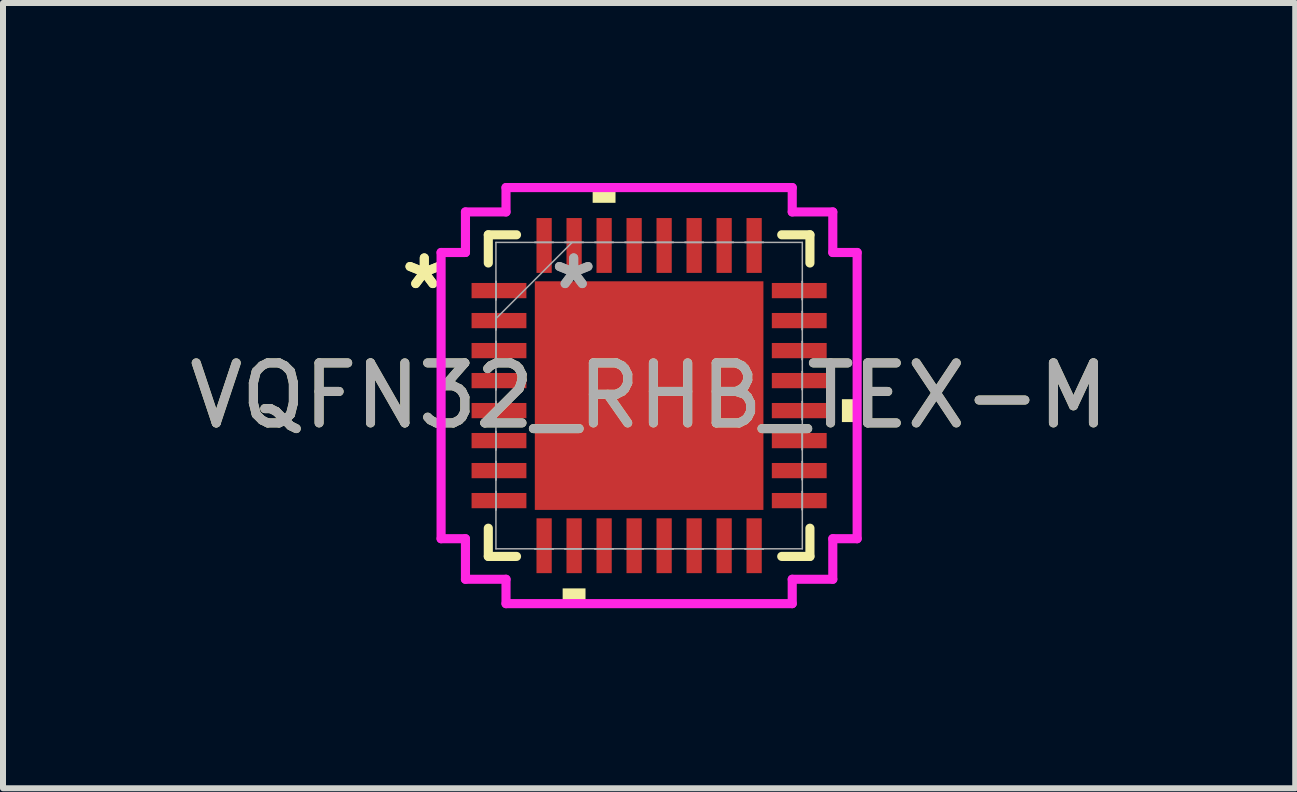
<source format=kicad_pcb>
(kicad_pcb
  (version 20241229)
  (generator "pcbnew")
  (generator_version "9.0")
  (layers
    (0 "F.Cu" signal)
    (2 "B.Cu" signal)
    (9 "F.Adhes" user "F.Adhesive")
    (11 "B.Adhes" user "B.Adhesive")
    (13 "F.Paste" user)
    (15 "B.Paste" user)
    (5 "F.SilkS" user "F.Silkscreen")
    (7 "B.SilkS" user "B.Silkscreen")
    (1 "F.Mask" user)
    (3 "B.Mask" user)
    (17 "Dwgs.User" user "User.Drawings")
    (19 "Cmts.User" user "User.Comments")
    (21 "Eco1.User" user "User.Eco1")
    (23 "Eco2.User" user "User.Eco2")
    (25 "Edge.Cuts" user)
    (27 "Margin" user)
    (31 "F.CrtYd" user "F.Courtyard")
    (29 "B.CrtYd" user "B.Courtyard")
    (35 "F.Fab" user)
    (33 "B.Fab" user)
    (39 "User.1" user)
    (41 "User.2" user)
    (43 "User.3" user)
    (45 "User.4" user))
  (footprint "VQFN32_RHB_TEX-M"
    (layer "F.Cu")
    (at 7.768 3.543)
    (property "Reference" "VQFN32_RHB_TEX-M" (at 0 0 0) (unlocked yes) (layer "F.SilkS") (effects (font (size 1 1) (thickness 0.15))))
    (attr smd)
    (fp_line (start -2.68 -2.68) (end -2.68 -2.21) (stroke (width 0.152) (type solid)) (layer "F.SilkS"))
    (fp_line (start -2.68 2.21) (end -2.68 2.68) (stroke (width 0.152) (type solid)) (layer "F.SilkS"))
    (fp_line (start -2.68 2.68) (end -2.21 2.68) (stroke (width 0.152) (type solid)) (layer "F.SilkS"))
    (fp_line (start -2.21 -2.68) (end -2.68 -2.68) (stroke (width 0.152) (type solid)) (layer "F.SilkS"))
    (fp_line (start 2.21 2.68) (end 2.68 2.68) (stroke (width 0.152) (type solid)) (layer "F.SilkS"))
    (fp_line (start 2.68 -2.68) (end 2.21 -2.68) (stroke (width 0.152) (type solid)) (layer "F.SilkS"))
    (fp_line (start 2.68 -2.21) (end 2.68 -2.68) (stroke (width 0.152) (type solid)) (layer "F.SilkS"))
    (fp_line (start 2.68 2.68) (end 2.68 2.21) (stroke (width 0.152) (type solid)) (layer "F.SilkS"))
    (fp_poly (pts (xy -1.441 3.213) (xy -1.441 3.467) (xy -1.06 3.467) (xy -1.06 3.213)) (stroke (width 0) (type solid)) (fill yes) (layer "F.SilkS"))
    (fp_poly (pts (xy -0.941 -3.213) (xy -0.941 -3.467) (xy -0.56 -3.467) (xy -0.56 -3.213)) (stroke (width 0) (type solid)) (fill yes) (layer "F.SilkS"))
    (fp_poly (pts (xy 3.467 0.06) (xy 3.467 0.441) (xy 3.213 0.441) (xy 3.213 0.06)) (stroke (width 0) (type solid)) (fill yes) (layer "F.SilkS"))
    (fp_line (start -3.467 -2.385) (end -3.061 -2.385) (stroke (width 0.152) (type solid)) (layer "F.CrtYd"))
    (fp_line (start -3.467 2.385) (end -3.467 -2.385) (stroke (width 0.152) (type solid)) (layer "F.CrtYd"))
    (fp_line (start -3.061 -3.061) (end -2.385 -3.061) (stroke (width 0.152) (type solid)) (layer "F.CrtYd"))
    (fp_line (start -3.061 -2.385) (end -3.061 -3.061) (stroke (width 0.152) (type solid)) (layer "F.CrtYd"))
    (fp_line (start -3.061 2.385) (end -3.467 2.385) (stroke (width 0.152) (type solid)) (layer "F.CrtYd"))
    (fp_line (start -3.061 3.061) (end -3.061 2.385) (stroke (width 0.152) (type solid)) (layer "F.CrtYd"))
    (fp_line (start -2.385 -3.467) (end 2.385 -3.467) (stroke (width 0.152) (type solid)) (layer "F.CrtYd"))
    (fp_line (start -2.385 -3.061) (end -2.385 -3.467) (stroke (width 0.152) (type solid)) (layer "F.CrtYd"))
    (fp_line (start -2.385 3.061) (end -3.061 3.061) (stroke (width 0.152) (type solid)) (layer "F.CrtYd"))
    (fp_line (start -2.385 3.467) (end -2.385 3.061) (stroke (width 0.152) (type solid)) (layer "F.CrtYd"))
    (fp_line (start 2.385 -3.467) (end 2.385 -3.061) (stroke (width 0.152) (type solid)) (layer "F.CrtYd"))
    (fp_line (start 2.385 -3.061) (end 3.061 -3.061) (stroke (width 0.152) (type solid)) (layer "F.CrtYd"))
    (fp_line (start 2.385 3.061) (end 2.385 3.467) (stroke (width 0.152) (type solid)) (layer "F.CrtYd"))
    (fp_line (start 2.385 3.467) (end -2.385 3.467) (stroke (width 0.152) (type solid)) (layer "F.CrtYd"))
    (fp_line (start 3.061 -3.061) (end 3.061 -2.385) (stroke (width 0.152) (type solid)) (layer "F.CrtYd"))
    (fp_line (start 3.061 -2.385) (end 3.467 -2.385) (stroke (width 0.152) (type solid)) (layer "F.CrtYd"))
    (fp_line (start 3.061 2.385) (end 3.061 3.061) (stroke (width 0.152) (type solid)) (layer "F.CrtYd"))
    (fp_line (start 3.061 3.061) (end 2.385 3.061) (stroke (width 0.152) (type solid)) (layer "F.CrtYd"))
    (fp_line (start 3.467 -2.385) (end 3.467 2.385) (stroke (width 0.152) (type solid)) (layer "F.CrtYd"))
    (fp_line (start 3.467 2.385) (end 3.061 2.385) (stroke (width 0.152) (type solid)) (layer "F.CrtYd"))
    (fp_line (start -2.553 -2.553) (end -2.553 2.553) (stroke (width 0.025) (type solid)) (layer "F.Fab"))
    (fp_line (start -2.553 -1.903) (end -2.553 -1.903) (stroke (width 0.025) (type solid)) (layer "F.Fab"))
    (fp_line (start -2.553 -1.903) (end -2.553 -1.598) (stroke (width 0.025) (type solid)) (layer "F.Fab"))
    (fp_line (start -2.553 -1.598) (end -2.553 -1.903) (stroke (width 0.025) (type solid)) (layer "F.Fab"))
    (fp_line (start -2.553 -1.598) (end -2.553 -1.598) (stroke (width 0.025) (type solid)) (layer "F.Fab"))
    (fp_line (start -2.553 -1.403) (end -2.553 -1.403) (stroke (width 0.025) (type solid)) (layer "F.Fab"))
    (fp_line (start -2.553 -1.403) (end -2.553 -1.098) (stroke (width 0.025) (type solid)) (layer "F.Fab"))
    (fp_line (start -2.553 -1.283) (end -1.283 -2.553) (stroke (width 0.025) (type solid)) (layer "F.Fab"))
    (fp_line (start -2.553 -1.098) (end -2.553 -1.403) (stroke (width 0.025) (type solid)) (layer "F.Fab"))
    (fp_line (start -2.553 -1.098) (end -2.553 -1.098) (stroke (width 0.025) (type solid)) (layer "F.Fab"))
    (fp_line (start -2.553 -0.903) (end -2.553 -0.903) (stroke (width 0.025) (type solid)) (layer "F.Fab"))
    (fp_line (start -2.553 -0.903) (end -2.553 -0.598) (stroke (width 0.025) (type solid)) (layer "F.Fab"))
    (fp_line (start -2.553 -0.598) (end -2.553 -0.903) (stroke (width 0.025) (type solid)) (layer "F.Fab"))
    (fp_line (start -2.553 -0.598) (end -2.553 -0.598) (stroke (width 0.025) (type solid)) (layer "F.Fab"))
    (fp_line (start -2.553 -0.402) (end -2.553 -0.402) (stroke (width 0.025) (type solid)) (layer "F.Fab"))
    (fp_line (start -2.553 -0.402) (end -2.553 -0.098) (stroke (width 0.025) (type solid)) (layer "F.Fab"))
    (fp_line (start -2.553 -0.098) (end -2.553 -0.402) (stroke (width 0.025) (type solid)) (layer "F.Fab"))
    (fp_line (start -2.553 -0.098) (end -2.553 -0.098) (stroke (width 0.025) (type solid)) (layer "F.Fab"))
    (fp_line (start -2.553 0.098) (end -2.553 0.098) (stroke (width 0.025) (type solid)) (layer "F.Fab"))
    (fp_line (start -2.553 0.098) (end -2.553 0.402) (stroke (width 0.025) (type solid)) (layer "F.Fab"))
    (fp_line (start -2.553 0.402) (end -2.553 0.098) (stroke (width 0.025) (type solid)) (layer "F.Fab"))
    (fp_line (start -2.553 0.402) (end -2.553 0.402) (stroke (width 0.025) (type solid)) (layer "F.Fab"))
    (fp_line (start -2.553 0.598) (end -2.553 0.598) (stroke (width 0.025) (type solid)) (layer "F.Fab"))
    (fp_line (start -2.553 0.598) (end -2.553 0.903) (stroke (width 0.025) (type solid)) (layer "F.Fab"))
    (fp_line (start -2.553 0.903) (end -2.553 0.598) (stroke (width 0.025) (type solid)) (layer "F.Fab"))
    (fp_line (start -2.553 0.903) (end -2.553 0.903) (stroke (width 0.025) (type solid)) (layer "F.Fab"))
    (fp_line (start -2.553 1.098) (end -2.553 1.098) (stroke (width 0.025) (type solid)) (layer "F.Fab"))
    (fp_line (start -2.553 1.098) (end -2.553 1.403) (stroke (width 0.025) (type solid)) (layer "F.Fab"))
    (fp_line (start -2.553 1.403) (end -2.553 1.098) (stroke (width 0.025) (type solid)) (layer "F.Fab"))
    (fp_line (start -2.553 1.403) (end -2.553 1.403) (stroke (width 0.025) (type solid)) (layer "F.Fab"))
    (fp_line (start -2.553 1.598) (end -2.553 1.598) (stroke (width 0.025) (type solid)) (layer "F.Fab"))
    (fp_line (start -2.553 1.598) (end -2.553 1.903) (stroke (width 0.025) (type solid)) (layer "F.Fab"))
    (fp_line (start -2.553 1.903) (end -2.553 1.598) (stroke (width 0.025) (type solid)) (layer "F.Fab"))
    (fp_line (start -2.553 1.903) (end -2.553 1.903) (stroke (width 0.025) (type solid)) (layer "F.Fab"))
    (fp_line (start -2.553 2.553) (end 2.553 2.553) (stroke (width 0.025) (type solid)) (layer "F.Fab"))
    (fp_line (start -1.903 -2.553) (end -1.903 -2.553) (stroke (width 0.025) (type solid)) (layer "F.Fab"))
    (fp_line (start -1.903 -2.553) (end -1.598 -2.553) (stroke (width 0.025) (type solid)) (layer "F.Fab"))
    (fp_line (start -1.903 2.553) (end -1.903 2.553) (stroke (width 0.025) (type solid)) (layer "F.Fab"))
    (fp_line (start -1.903 2.553) (end -1.598 2.553) (stroke (width 0.025) (type solid)) (layer "F.Fab"))
    (fp_line (start -1.598 -2.553) (end -1.903 -2.553) (stroke (width 0.025) (type solid)) (layer "F.Fab"))
    (fp_line (start -1.598 -2.553) (end -1.598 -2.553) (stroke (width 0.025) (type solid)) (layer "F.Fab"))
    (fp_line (start -1.598 2.553) (end -1.903 2.553) (stroke (width 0.025) (type solid)) (layer "F.Fab"))
    (fp_line (start -1.598 2.553) (end -1.598 2.553) (stroke (width 0.025) (type solid)) (layer "F.Fab"))
    (fp_line (start -1.403 -2.553) (end -1.403 -2.553) (stroke (width 0.025) (type solid)) (layer "F.Fab"))
    (fp_line (start -1.403 -2.553) (end -1.098 -2.553) (stroke (width 0.025) (type solid)) (layer "F.Fab"))
    (fp_line (start -1.403 2.553) (end -1.403 2.553) (stroke (width 0.025) (type solid)) (layer "F.Fab"))
    (fp_line (start -1.403 2.553) (end -1.098 2.553) (stroke (width 0.025) (type solid)) (layer "F.Fab"))
    (fp_line (start -1.098 -2.553) (end -1.403 -2.553) (stroke (width 0.025) (type solid)) (layer "F.Fab"))
    (fp_line (start -1.098 -2.553) (end -1.098 -2.553) (stroke (width 0.025) (type solid)) (layer "F.Fab"))
    (fp_line (start -1.098 2.553) (end -1.403 2.553) (stroke (width 0.025) (type solid)) (layer "F.Fab"))
    (fp_line (start -1.098 2.553) (end -1.098 2.553) (stroke (width 0.025) (type solid)) (layer "F.Fab"))
    (fp_line (start -0.903 -2.553) (end -0.903 -2.553) (stroke (width 0.025) (type solid)) (layer "F.Fab"))
    (fp_line (start -0.903 -2.553) (end -0.598 -2.553) (stroke (width 0.025) (type solid)) (layer "F.Fab"))
    (fp_line (start -0.903 2.553) (end -0.903 2.553) (stroke (width 0.025) (type solid)) (layer "F.Fab"))
    (fp_line (start -0.903 2.553) (end -0.598 2.553) (stroke (width 0.025) (type solid)) (layer "F.Fab"))
    (fp_line (start -0.598 -2.553) (end -0.903 -2.553) (stroke (width 0.025) (type solid)) (layer "F.Fab"))
    (fp_line (start -0.598 -2.553) (end -0.598 -2.553) (stroke (width 0.025) (type solid)) (layer "F.Fab"))
    (fp_line (start -0.598 2.553) (end -0.903 2.553) (stroke (width 0.025) (type solid)) (layer "F.Fab"))
    (fp_line (start -0.598 2.553) (end -0.598 2.553) (stroke (width 0.025) (type solid)) (layer "F.Fab"))
    (fp_line (start -0.402 -2.553) (end -0.402 -2.553) (stroke (width 0.025) (type solid)) (layer "F.Fab"))
    (fp_line (start -0.402 -2.553) (end -0.098 -2.553) (stroke (width 0.025) (type solid)) (layer "F.Fab"))
    (fp_line (start -0.402 2.553) (end -0.402 2.553) (stroke (width 0.025) (type solid)) (layer "F.Fab"))
    (fp_line (start -0.402 2.553) (end -0.098 2.553) (stroke (width 0.025) (type solid)) (layer "F.Fab"))
    (fp_line (start -0.098 -2.553) (end -0.402 -2.553) (stroke (width 0.025) (type solid)) (layer "F.Fab"))
    (fp_line (start -0.098 -2.553) (end -0.098 -2.553) (stroke (width 0.025) (type solid)) (layer "F.Fab"))
    (fp_line (start -0.098 2.553) (end -0.402 2.553) (stroke (width 0.025) (type solid)) (layer "F.Fab"))
    (fp_line (start -0.098 2.553) (end -0.098 2.553) (stroke (width 0.025) (type solid)) (layer "F.Fab"))
    (fp_line (start 0.098 -2.553) (end 0.098 -2.553) (stroke (width 0.025) (type solid)) (layer "F.Fab"))
    (fp_line (start 0.098 -2.553) (end 0.402 -2.553) (stroke (width 0.025) (type solid)) (layer "F.Fab"))
    (fp_line (start 0.098 2.553) (end 0.098 2.553) (stroke (width 0.025) (type solid)) (layer "F.Fab"))
    (fp_line (start 0.098 2.553) (end 0.402 2.553) (stroke (width 0.025) (type solid)) (layer "F.Fab"))
    (fp_line (start 0.402 -2.553) (end 0.098 -2.553) (stroke (width 0.025) (type solid)) (layer "F.Fab"))
    (fp_line (start 0.402 -2.553) (end 0.402 -2.553) (stroke (width 0.025) (type solid)) (layer "F.Fab"))
    (fp_line (start 0.402 2.553) (end 0.098 2.553) (stroke (width 0.025) (type solid)) (layer "F.Fab"))
    (fp_line (start 0.402 2.553) (end 0.402 2.553) (stroke (width 0.025) (type solid)) (layer "F.Fab"))
    (fp_line (start 0.598 -2.553) (end 0.598 -2.553) (stroke (width 0.025) (type solid)) (layer "F.Fab"))
    (fp_line (start 0.598 -2.553) (end 0.903 -2.553) (stroke (width 0.025) (type solid)) (layer "F.Fab"))
    (fp_line (start 0.598 2.553) (end 0.598 2.553) (stroke (width 0.025) (type solid)) (layer "F.Fab"))
    (fp_line (start 0.598 2.553) (end 0.903 2.553) (stroke (width 0.025) (type solid)) (layer "F.Fab"))
    (fp_line (start 0.903 -2.553) (end 0.598 -2.553) (stroke (width 0.025) (type solid)) (layer "F.Fab"))
    (fp_line (start 0.903 -2.553) (end 0.903 -2.553) (stroke (width 0.025) (type solid)) (layer "F.Fab"))
    (fp_line (start 0.903 2.553) (end 0.598 2.553) (stroke (width 0.025) (type solid)) (layer "F.Fab"))
    (fp_line (start 0.903 2.553) (end 0.903 2.553) (stroke (width 0.025) (type solid)) (layer "F.Fab"))
    (fp_line (start 1.098 -2.553) (end 1.098 -2.553) (stroke (width 0.025) (type solid)) (layer "F.Fab"))
    (fp_line (start 1.098 -2.553) (end 1.403 -2.553) (stroke (width 0.025) (type solid)) (layer "F.Fab"))
    (fp_line (start 1.098 2.553) (end 1.098 2.553) (stroke (width 0.025) (type solid)) (layer "F.Fab"))
    (fp_line (start 1.098 2.553) (end 1.403 2.553) (stroke (width 0.025) (type solid)) (layer "F.Fab"))
    (fp_line (start 1.403 -2.553) (end 1.098 -2.553) (stroke (width 0.025) (type solid)) (layer "F.Fab"))
    (fp_line (start 1.403 -2.553) (end 1.403 -2.553) (stroke (width 0.025) (type solid)) (layer "F.Fab"))
    (fp_line (start 1.403 2.553) (end 1.098 2.553) (stroke (width 0.025) (type solid)) (layer "F.Fab"))
    (fp_line (start 1.403 2.553) (end 1.403 2.553) (stroke (width 0.025) (type solid)) (layer "F.Fab"))
    (fp_line (start 1.598 -2.553) (end 1.598 -2.553) (stroke (width 0.025) (type solid)) (layer "F.Fab"))
    (fp_line (start 1.598 -2.553) (end 1.903 -2.553) (stroke (width 0.025) (type solid)) (layer "F.Fab"))
    (fp_line (start 1.598 2.553) (end 1.598 2.553) (stroke (width 0.025) (type solid)) (layer "F.Fab"))
    (fp_line (start 1.598 2.553) (end 1.903 2.553) (stroke (width 0.025) (type solid)) (layer "F.Fab"))
    (fp_line (start 1.903 -2.553) (end 1.598 -2.553) (stroke (width 0.025) (type solid)) (layer "F.Fab"))
    (fp_line (start 1.903 -2.553) (end 1.903 -2.553) (stroke (width 0.025) (type solid)) (layer "F.Fab"))
    (fp_line (start 1.903 2.553) (end 1.598 2.553) (stroke (width 0.025) (type solid)) (layer "F.Fab"))
    (fp_line (start 1.903 2.553) (end 1.903 2.553) (stroke (width 0.025) (type solid)) (layer "F.Fab"))
    (fp_line (start 2.553 -2.553) (end -2.553 -2.553) (stroke (width 0.025) (type solid)) (layer "F.Fab"))
    (fp_line (start 2.553 -1.903) (end 2.553 -1.903) (stroke (width 0.025) (type solid)) (layer "F.Fab"))
    (fp_line (start 2.553 -1.903) (end 2.553 -1.598) (stroke (width 0.025) (type solid)) (layer "F.Fab"))
    (fp_line (start 2.553 -1.598) (end 2.553 -1.903) (stroke (width 0.025) (type solid)) (layer "F.Fab"))
    (fp_line (start 2.553 -1.598) (end 2.553 -1.598) (stroke (width 0.025) (type solid)) (layer "F.Fab"))
    (fp_line (start 2.553 -1.403) (end 2.553 -1.403) (stroke (width 0.025) (type solid)) (layer "F.Fab"))
    (fp_line (start 2.553 -1.403) (end 2.553 -1.098) (stroke (width 0.025) (type solid)) (layer "F.Fab"))
    (fp_line (start 2.553 -1.098) (end 2.553 -1.403) (stroke (width 0.025) (type solid)) (layer "F.Fab"))
    (fp_line (start 2.553 -1.098) (end 2.553 -1.098) (stroke (width 0.025) (type solid)) (layer "F.Fab"))
    (fp_line (start 2.553 -0.903) (end 2.553 -0.903) (stroke (width 0.025) (type solid)) (layer "F.Fab"))
    (fp_line (start 2.553 -0.903) (end 2.553 -0.598) (stroke (width 0.025) (type solid)) (layer "F.Fab"))
    (fp_line (start 2.553 -0.598) (end 2.553 -0.903) (stroke (width 0.025) (type solid)) (layer "F.Fab"))
    (fp_line (start 2.553 -0.598) (end 2.553 -0.598) (stroke (width 0.025) (type solid)) (layer "F.Fab"))
    (fp_line (start 2.553 -0.402) (end 2.553 -0.402) (stroke (width 0.025) (type solid)) (layer "F.Fab"))
    (fp_line (start 2.553 -0.402) (end 2.553 -0.098) (stroke (width 0.025) (type solid)) (layer "F.Fab"))
    (fp_line (start 2.553 -0.098) (end 2.553 -0.402) (stroke (width 0.025) (type solid)) (layer "F.Fab"))
    (fp_line (start 2.553 -0.098) (end 2.553 -0.098) (stroke (width 0.025) (type solid)) (layer "F.Fab"))
    (fp_line (start 2.553 0.098) (end 2.553 0.098) (stroke (width 0.025) (type solid)) (layer "F.Fab"))
    (fp_line (start 2.553 0.098) (end 2.553 0.402) (stroke (width 0.025) (type solid)) (layer "F.Fab"))
    (fp_line (start 2.553 0.402) (end 2.553 0.098) (stroke (width 0.025) (type solid)) (layer "F.Fab"))
    (fp_line (start 2.553 0.402) (end 2.553 0.402) (stroke (width 0.025) (type solid)) (layer "F.Fab"))
    (fp_line (start 2.553 0.598) (end 2.553 0.598) (stroke (width 0.025) (type solid)) (layer "F.Fab"))
    (fp_line (start 2.553 0.598) (end 2.553 0.903) (stroke (width 0.025) (type solid)) (layer "F.Fab"))
    (fp_line (start 2.553 0.903) (end 2.553 0.598) (stroke (width 0.025) (type solid)) (layer "F.Fab"))
    (fp_line (start 2.553 0.903) (end 2.553 0.903) (stroke (width 0.025) (type solid)) (layer "F.Fab"))
    (fp_line (start 2.553 1.098) (end 2.553 1.098) (stroke (width 0.025) (type solid)) (layer "F.Fab"))
    (fp_line (start 2.553 1.098) (end 2.553 1.403) (stroke (width 0.025) (type solid)) (layer "F.Fab"))
    (fp_line (start 2.553 1.403) (end 2.553 1.098) (stroke (width 0.025) (type solid)) (layer "F.Fab"))
    (fp_line (start 2.553 1.403) (end 2.553 1.403) (stroke (width 0.025) (type solid)) (layer "F.Fab"))
    (fp_line (start 2.553 1.598) (end 2.553 1.598) (stroke (width 0.025) (type solid)) (layer "F.Fab"))
    (fp_line (start 2.553 1.598) (end 2.553 1.903) (stroke (width 0.025) (type solid)) (layer "F.Fab"))
    (fp_line (start 2.553 1.903) (end 2.553 1.598) (stroke (width 0.025) (type solid)) (layer "F.Fab"))
    (fp_line (start 2.553 1.903) (end 2.553 1.903) (stroke (width 0.025) (type solid)) (layer "F.Fab"))
    (fp_line (start 2.553 2.553) (end 2.553 -2.553) (stroke (width 0.025) (type solid)) (layer "F.Fab"))
    (fp_text user "*" (at -3.747 -1.75 0) (layer "F.SilkS") (effects (font (size 1 1) (thickness 0.15))))
    (fp_text user "*" (at -3.747 -1.75 0) (unlocked yes) (layer "F.SilkS") (effects (font (size 1 1) (thickness 0.15))))
    (fp_text user "${REFERENCE}" (at 0 0 0) (unlocked yes) (layer "F.Fab") (effects (font (size 1 1) (thickness 0.15))))
    (fp_text user "*" (at -1.257 -1.75 0) (layer "F.Fab") (effects (font (size 1 1) (thickness 0.15))))
    (fp_text user "*" (at -1.257 -1.75 0) (unlocked yes) (layer "F.Fab") (effects (font (size 1 1) (thickness 0.15))))
    (pad "1" smd rect (at -2.502 -1.75 90) (size 0.254 0.914) (layers "F.Cu" "F.Mask" "F.Paste"))
    (pad "2" smd rect (at -2.502 -1.25 90) (size 0.254 0.914) (layers "F.Cu" "F.Mask" "F.Paste"))
    (pad "3" smd rect (at -2.502 -0.75 90) (size 0.254 0.914) (layers "F.Cu" "F.Mask" "F.Paste"))
    (pad "4" smd rect (at -2.502 -0.25 90) (size 0.254 0.914) (layers "F.Cu" "F.Mask" "F.Paste"))
    (pad "5" smd rect (at -2.502 0.25 90) (size 0.254 0.914) (layers "F.Cu" "F.Mask" "F.Paste"))
    (pad "6" smd rect (at -2.502 0.75 90) (size 0.254 0.914) (layers "F.Cu" "F.Mask" "F.Paste"))
    (pad "7" smd rect (at -2.502 1.25 90) (size 0.254 0.914) (layers "F.Cu" "F.Mask" "F.Paste"))
    (pad "8" smd rect (at -2.502 1.75 90) (size 0.254 0.914) (layers "F.Cu" "F.Mask" "F.Paste"))
    (pad "9" smd rect (at -1.75 2.502) (size 0.254 0.914) (layers "F.Cu" "F.Mask" "F.Paste"))
    (pad "10" smd rect (at -1.25 2.502) (size 0.254 0.914) (layers "F.Cu" "F.Mask" "F.Paste"))
    (pad "11" smd rect (at -0.75 2.502) (size 0.254 0.914) (layers "F.Cu" "F.Mask" "F.Paste"))
    (pad "12" smd rect (at -0.25 2.502) (size 0.254 0.914) (layers "F.Cu" "F.Mask" "F.Paste"))
    (pad "13" smd rect (at 0.25 2.502) (size 0.254 0.914) (layers "F.Cu" "F.Mask" "F.Paste"))
    (pad "14" smd rect (at 0.75 2.502) (size 0.254 0.914) (layers "F.Cu" "F.Mask" "F.Paste"))
    (pad "15" smd rect (at 1.25 2.502) (size 0.254 0.914) (layers "F.Cu" "F.Mask" "F.Paste"))
    (pad "16" smd rect (at 1.75 2.502) (size 0.254 0.914) (layers "F.Cu" "F.Mask" "F.Paste"))
    (pad "17" smd rect (at 2.502 1.75 90) (size 0.254 0.914) (layers "F.Cu" "F.Mask" "F.Paste"))
    (pad "18" smd rect (at 2.502 1.25 90) (size 0.254 0.914) (layers "F.Cu" "F.Mask" "F.Paste"))
    (pad "19" smd rect (at 2.502 0.75 90) (size 0.254 0.914) (layers "F.Cu" "F.Mask" "F.Paste"))
    (pad "20" smd rect (at 2.502 0.25 90) (size 0.254 0.914) (layers "F.Cu" "F.Mask" "F.Paste"))
    (pad "21" smd rect (at 2.502 -0.25 90) (size 0.254 0.914) (layers "F.Cu" "F.Mask" "F.Paste"))
    (pad "22" smd rect (at 2.502 -0.75 90) (size 0.254 0.914) (layers "F.Cu" "F.Mask" "F.Paste"))
    (pad "23" smd rect (at 2.502 -1.25 90) (size 0.254 0.914) (layers "F.Cu" "F.Mask" "F.Paste"))
    (pad "24" smd rect (at 2.502 -1.75 90) (size 0.254 0.914) (layers "F.Cu" "F.Mask" "F.Paste"))
    (pad "25" smd rect (at 1.75 -2.502) (size 0.254 0.914) (layers "F.Cu" "F.Mask" "F.Paste"))
    (pad "26" smd rect (at 1.25 -2.502) (size 0.254 0.914) (layers "F.Cu" "F.Mask" "F.Paste"))
    (pad "27" smd rect (at 0.75 -2.502) (size 0.254 0.914) (layers "F.Cu" "F.Mask" "F.Paste"))
    (pad "28" smd rect (at 0.25 -2.502) (size 0.254 0.914) (layers "F.Cu" "F.Mask" "F.Paste"))
    (pad "29" smd rect (at -0.25 -2.502) (size 0.254 0.914) (layers "F.Cu" "F.Mask" "F.Paste"))
    (pad "30" smd rect (at -0.75 -2.502) (size 0.254 0.914) (layers "F.Cu" "F.Mask" "F.Paste"))
    (pad "31" smd rect (at -1.25 -2.502) (size 0.254 0.914) (layers "F.Cu" "F.Mask" "F.Paste"))
    (pad "32" smd rect (at -1.75 -2.502) (size 0.254 0.914) (layers "F.Cu" "F.Mask" "F.Paste"))
    (pad "33" smd rect (at 0 0) (size 3.81 3.81) (layers "F.Cu" "F.Mask" "F.Paste")))
  (gr_rect
    (start -3 -3)
    (end 18.536 10.087)
    (stroke (width 0.1) (type default))
    (fill no)
    (layer "Edge.Cuts")))
</source>
